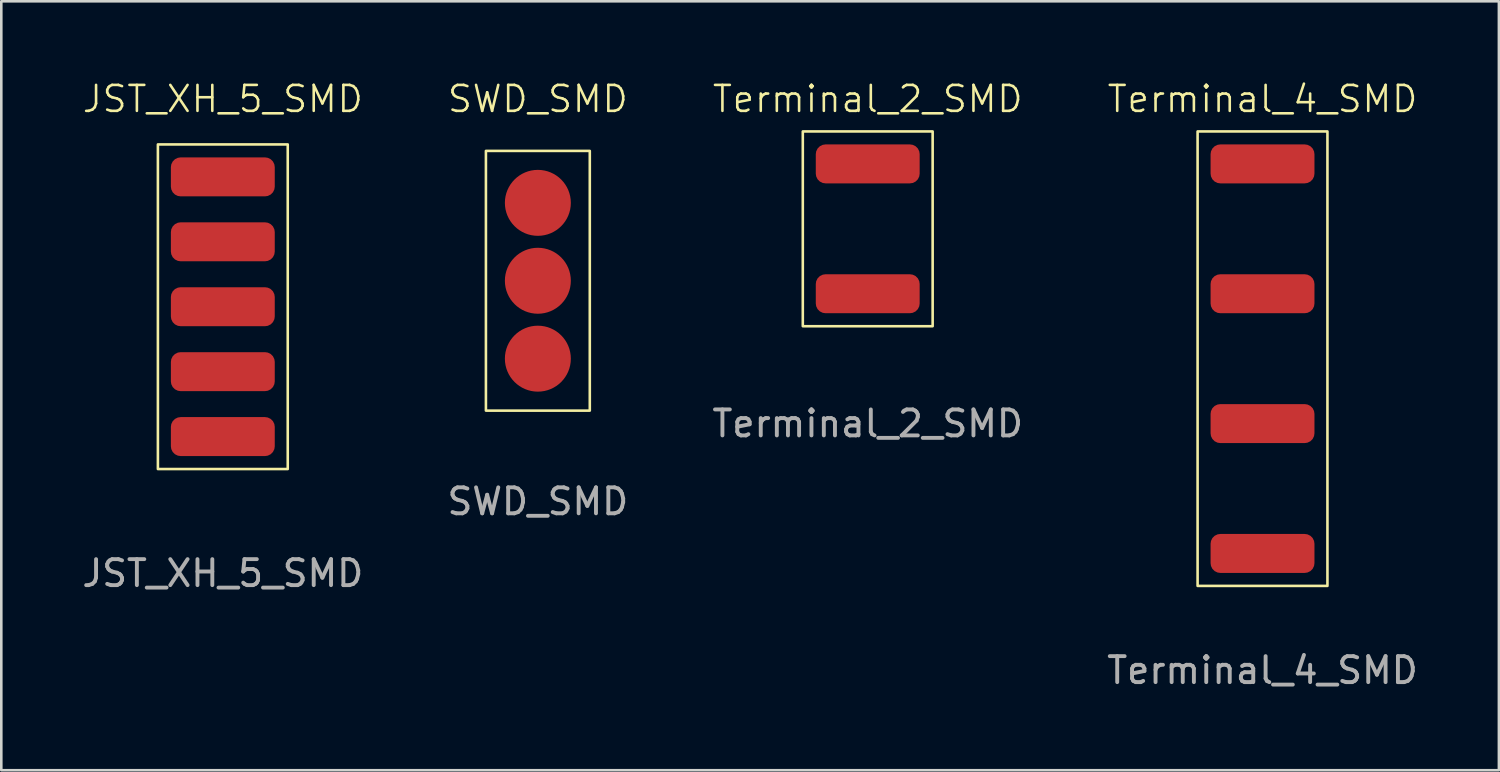
<source format=kicad_pcb>
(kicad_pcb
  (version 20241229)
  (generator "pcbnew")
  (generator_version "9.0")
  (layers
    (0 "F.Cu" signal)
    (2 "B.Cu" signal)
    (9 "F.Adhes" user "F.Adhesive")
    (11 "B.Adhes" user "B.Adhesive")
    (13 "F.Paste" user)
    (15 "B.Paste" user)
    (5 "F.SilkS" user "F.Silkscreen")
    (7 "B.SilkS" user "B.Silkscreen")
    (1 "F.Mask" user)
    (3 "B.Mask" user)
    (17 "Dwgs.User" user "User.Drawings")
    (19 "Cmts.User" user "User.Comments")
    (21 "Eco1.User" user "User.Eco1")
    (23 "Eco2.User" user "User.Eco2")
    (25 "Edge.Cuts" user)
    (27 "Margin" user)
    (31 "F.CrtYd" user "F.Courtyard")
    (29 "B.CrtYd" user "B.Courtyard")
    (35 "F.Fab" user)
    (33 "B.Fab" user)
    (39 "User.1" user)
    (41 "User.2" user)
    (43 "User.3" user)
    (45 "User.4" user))
  (footprint "Terminal_2_SMD"
    (layer "F.Cu")
    (at 30.363 5.761)
    (property "Reference" "Terminal_2_SMD" (at 0 -5 0) (unlocked yes) (layer "F.SilkS") (effects (font (size 1 1) (thickness 0.1))))
    (attr smd)
    (fp_rect (start -2.5 -3.75) (end 2.5 3.75) (stroke (width 0.1) (type default)) (fill no) (layer "F.SilkS"))
    (fp_text user "${REFERENCE}" (at 0 7.5 0) (unlocked yes) (layer "F.Fab") (effects (font (size 1 1) (thickness 0.15))))
    (pad "1" smd roundrect (at 0 -2.5) (size 4 1.5) (layers "F.Cu" "F.Mask" "F.Paste") (roundrect_rratio 0.25))
    (pad "2" smd roundrect (at 0 2.5) (size 4 1.5) (layers "F.Cu" "F.Mask" "F.Paste") (roundrect_rratio 0.25)))
  (footprint "Terminal_4_SMD"
    (layer "F.Cu")
    (at 45.565 10.761)
    (property "Reference" "Terminal_4_SMD" (at 0 -10 0) (unlocked yes) (layer "F.SilkS") (effects (font (size 1 1) (thickness 0.1))))
    (attr smd)
    (fp_rect (start -2.5 -8.75) (end 2.5 8.75) (stroke (width 0.1) (type default)) (fill no) (layer "F.SilkS"))
    (fp_text user "${REFERENCE}" (at 0 12 0) (unlocked yes) (layer "F.Fab") (effects (font (size 1 1) (thickness 0.15))))
    (pad "1" smd roundrect (at 0 -7.5) (size 4 1.5) (layers "F.Cu" "F.Mask" "F.Paste") (roundrect_rratio 0.25))
    (pad "2" smd roundrect (at 0 -2.5) (size 4 1.5) (layers "F.Cu" "F.Mask" "F.Paste") (roundrect_rratio 0.25))
    (pad "3" smd roundrect (at 0 2.5) (size 4 1.5) (layers "F.Cu" "F.Mask" "F.Paste") (roundrect_rratio 0.25))
    (pad "4" smd roundrect (at 0 7.5) (size 4 1.5) (layers "F.Cu" "F.Mask" "F.Paste") (roundrect_rratio 0.25)))
  (footprint "SWD_SMD"
    (layer "F.Cu")
    (at 17.661 7.761)
    (property "Reference" "SWD_SMD" (at 0 -7 0) (unlocked yes) (layer "F.SilkS") (effects (font (size 1 1) (thickness 0.1))))
    (attr smd)
    (fp_rect (start -2 -5) (end 2 5) (stroke (width 0.1) (type default)) (fill no) (layer "F.SilkS"))
    (fp_text user "${REFERENCE}" (at 0 8.5 0) (unlocked yes) (layer "F.Fab") (effects (font (size 1 1) (thickness 0.15))))
    (pad "1" smd circle (at 0 -3) (size 2.54 2.54) (layers "F.Cu" "F.Mask" "F.Paste"))
    (pad "2" smd circle (at 0 0) (size 2.54 2.54) (layers "F.Cu" "F.Mask" "F.Paste"))
    (pad "3" smd circle (at 0 3) (size 2.54 2.54) (layers "F.Cu" "F.Mask" "F.Paste")))
  (footprint "JST_XH_5_SMD"
    (layer "F.Cu")
    (at 5.53 8.761)
    (property "Reference" "JST_XH_5_SMD" (at 0 -8 0) (unlocked yes) (layer "F.SilkS") (effects (font (size 1 1) (thickness 0.1))))
    (attr smd)
    (fp_rect (start -2.5 -6.25) (end 2.5 6.25) (stroke (width 0.1) (type default)) (fill no) (layer "F.SilkS"))
    (fp_text user "${REFERENCE}" (at 0 10.265 0) (unlocked yes) (layer "F.Fab") (effects (font (size 1 1) (thickness 0.15))))
    (pad "1" smd roundrect (at 0 -5) (size 4 1.5) (layers "F.Cu" "F.Mask" "F.Paste") (roundrect_rratio 0.25))
    (pad "2" smd roundrect (at 0 -2.5) (size 4 1.5) (layers "F.Cu" "F.Mask" "F.Paste") (roundrect_rratio 0.25))
    (pad "3" smd roundrect (at 0 0) (size 4 1.5) (layers "F.Cu" "F.Mask" "F.Paste") (roundrect_rratio 0.25))
    (pad "4" smd roundrect (at 0 2.5) (size 4 1.5) (layers "F.Cu" "F.Mask" "F.Paste") (roundrect_rratio 0.25))
    (pad "5" smd roundrect (at 0 5) (size 4 1.5) (layers "F.Cu" "F.Mask" "F.Paste") (roundrect_rratio 0.25)))
  (gr_rect
    (start -3 -3)
    (end 54.667 26.609)
    (stroke (width 0.1) (type default))
    (fill no)
    (layer "Edge.Cuts")))
</source>
